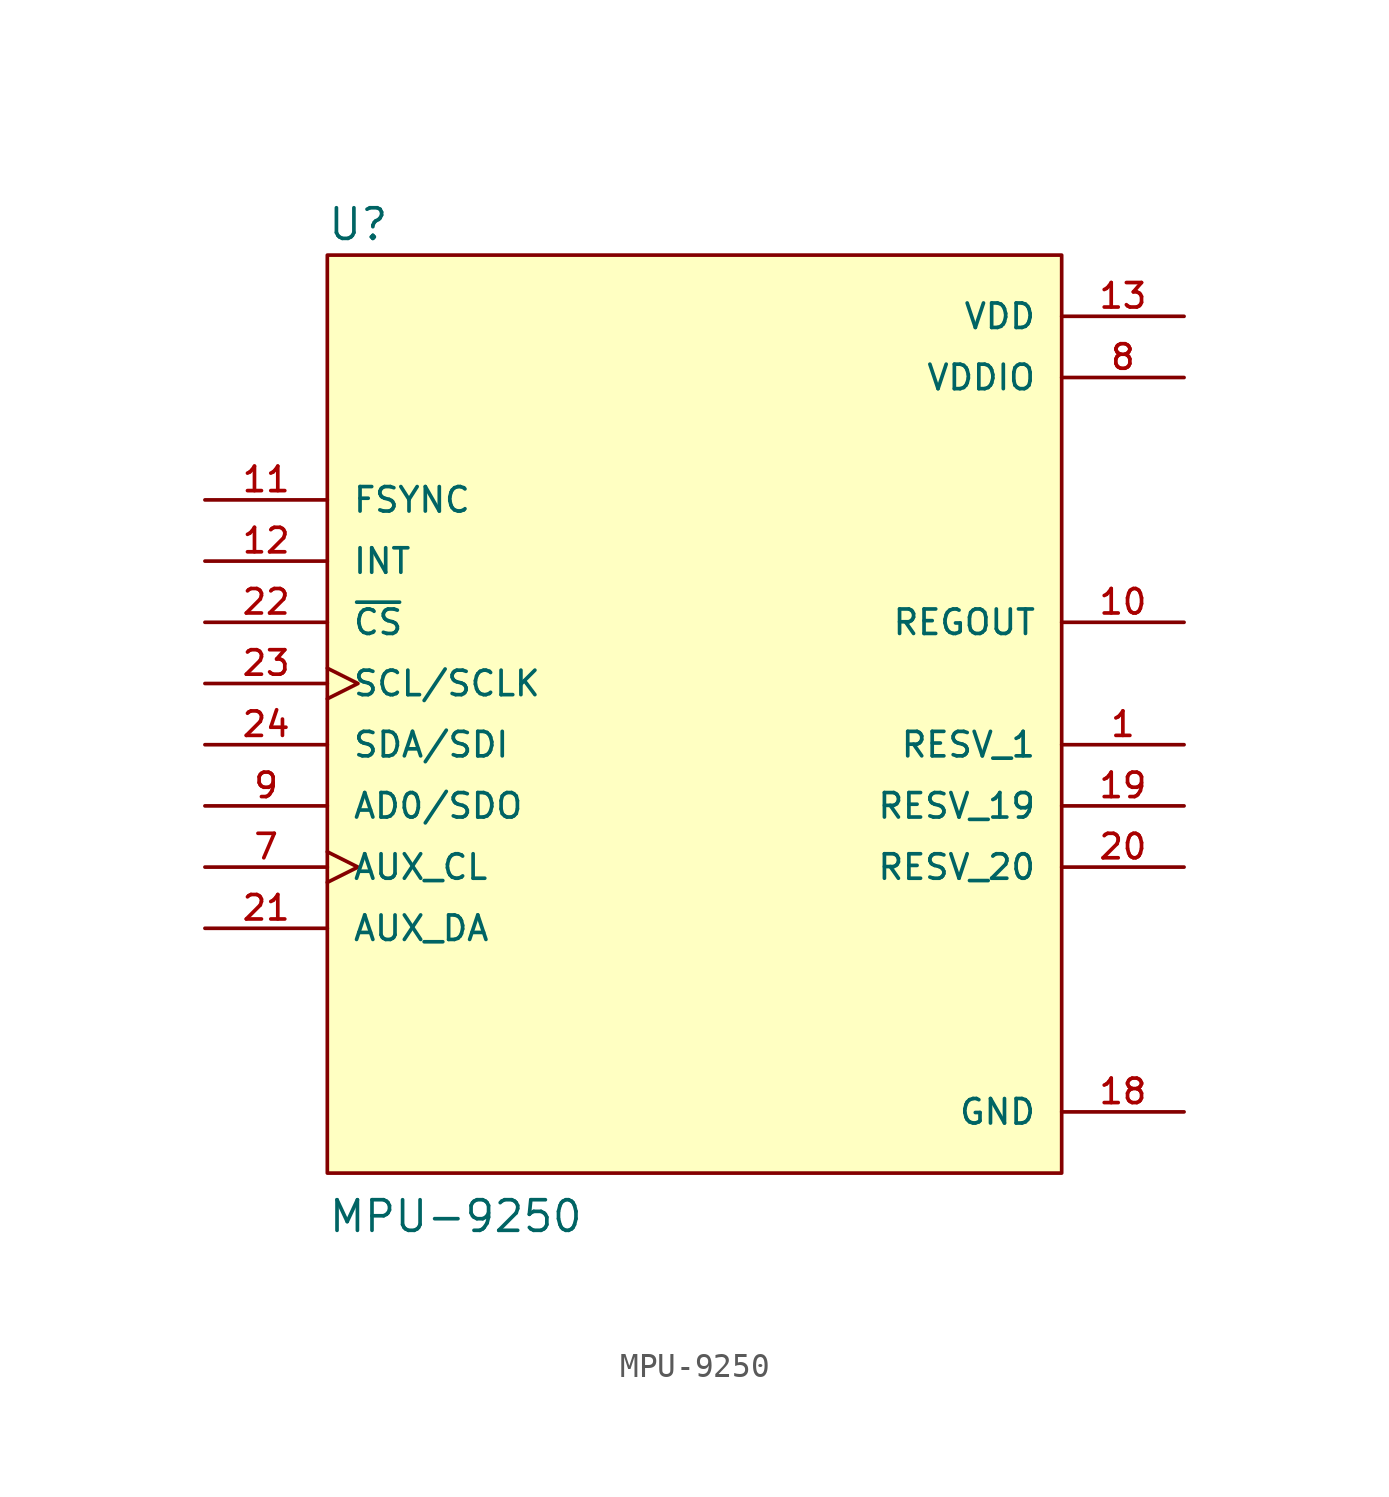
<source format=kicad_sym>
(kicad_symbol_lib
  (version 20211014)
  (generator kicad_symbol_editor)
  (symbol "MPU-9250"
    (pin_names
      (offset 1.016))
    (property "Reference" "U"
      (at -15.265 20.853 0)
      (effects (font (size 1.27 1.27)) (justify left bottom)))
    (property "Value" "MPU-9250"
      (at -15.24 -20.32 0)
      (effects (font (size 1.27 1.27)) (justify left bottom)))
    (property "ki_locked" ""
      (at 0 0 0)
      (effects (font (size 1.27 1.27))))
    (symbol "MPU-9250_0_0"
      (rectangle (start -15.24 -17.78) (end 15.24 20.32) (stroke (width 0.152) (type default) (color 0 0 0 0)) (fill (type background)))
      (pin passive line (at 20.32 0 180) (length 5.08) (name "RESV_1" (effects (font (size 1.016 1.016)))) (number "1" (effects (font (size 1.016 1.016)))))
      (pin output line (at 20.32 5.08 180) (length 5.08) (name "REGOUT" (effects (font (size 1.016 1.016)))) (number "10" (effects (font (size 1.016 1.016)))))
      (pin input line (at -20.32 10.16 0) (length 5.08) (name "FSYNC" (effects (font (size 1.016 1.016)))) (number "11" (effects (font (size 1.016 1.016)))))
      (pin output line (at -20.32 7.62 0) (length 5.08) (name "INT" (effects (font (size 1.016 1.016)))) (number "12" (effects (font (size 1.016 1.016)))))
      (pin power_in line (at 20.32 17.78 180) (length 5.08) (name "VDD" (effects (font (size 1.016 1.016)))) (number "13" (effects (font (size 1.016 1.016)))))
      (pin power_in line (at 20.32 -15.24 180) (length 5.08) (name "GND" (effects (font (size 1.016 1.016)))) (number "18" (effects (font (size 1.016 1.016)))))
      (pin passive line (at 20.32 -2.54 180) (length 5.08) (name "RESV_19" (effects (font (size 1.016 1.016)))) (number "19" (effects (font (size 1.016 1.016)))))
      (pin passive line (at 20.32 -5.08 180) (length 5.08) (name "RESV_20" (effects (font (size 1.016 1.016)))) (number "20" (effects (font (size 1.016 1.016)))))
      (pin input line (at -20.32 -7.62 0) (length 5.08) (name "AUX_DA" (effects (font (size 1.016 1.016)))) (number "21" (effects (font (size 1.016 1.016)))))
      (pin input line (at -20.32 5.08 0) (length 5.08) (name "~{CS}" (effects (font (size 1.016 1.016)))) (number "22" (effects (font (size 1.016 1.016)))))
      (pin input clock (at -20.32 2.54 0) (length 5.08) (name "SCL/SCLK" (effects (font (size 1.016 1.016)))) (number "23" (effects (font (size 1.016 1.016)))))
      (pin bidirectional line (at -20.32 0 0) (length 5.08) (name "SDA/SDI" (effects (font (size 1.016 1.016)))) (number "24" (effects (font (size 1.016 1.016)))))
      (pin input clock (at -20.32 -5.08 0) (length 5.08) (name "AUX_CL" (effects (font (size 1.016 1.016)))) (number "7" (effects (font (size 1.016 1.016)))))
      (pin power_in line (at 20.32 15.24 180) (length 5.08) (name "VDDIO" (effects (font (size 1.016 1.016)))) (number "8" (effects (font (size 1.016 1.016)))))
      (pin output line (at -20.32 -2.54 0) (length 5.08) (name "AD0/SDO" (effects (font (size 1.016 1.016)))) (number "9" (effects (font (size 1.016 1.016))))))))
</source>
